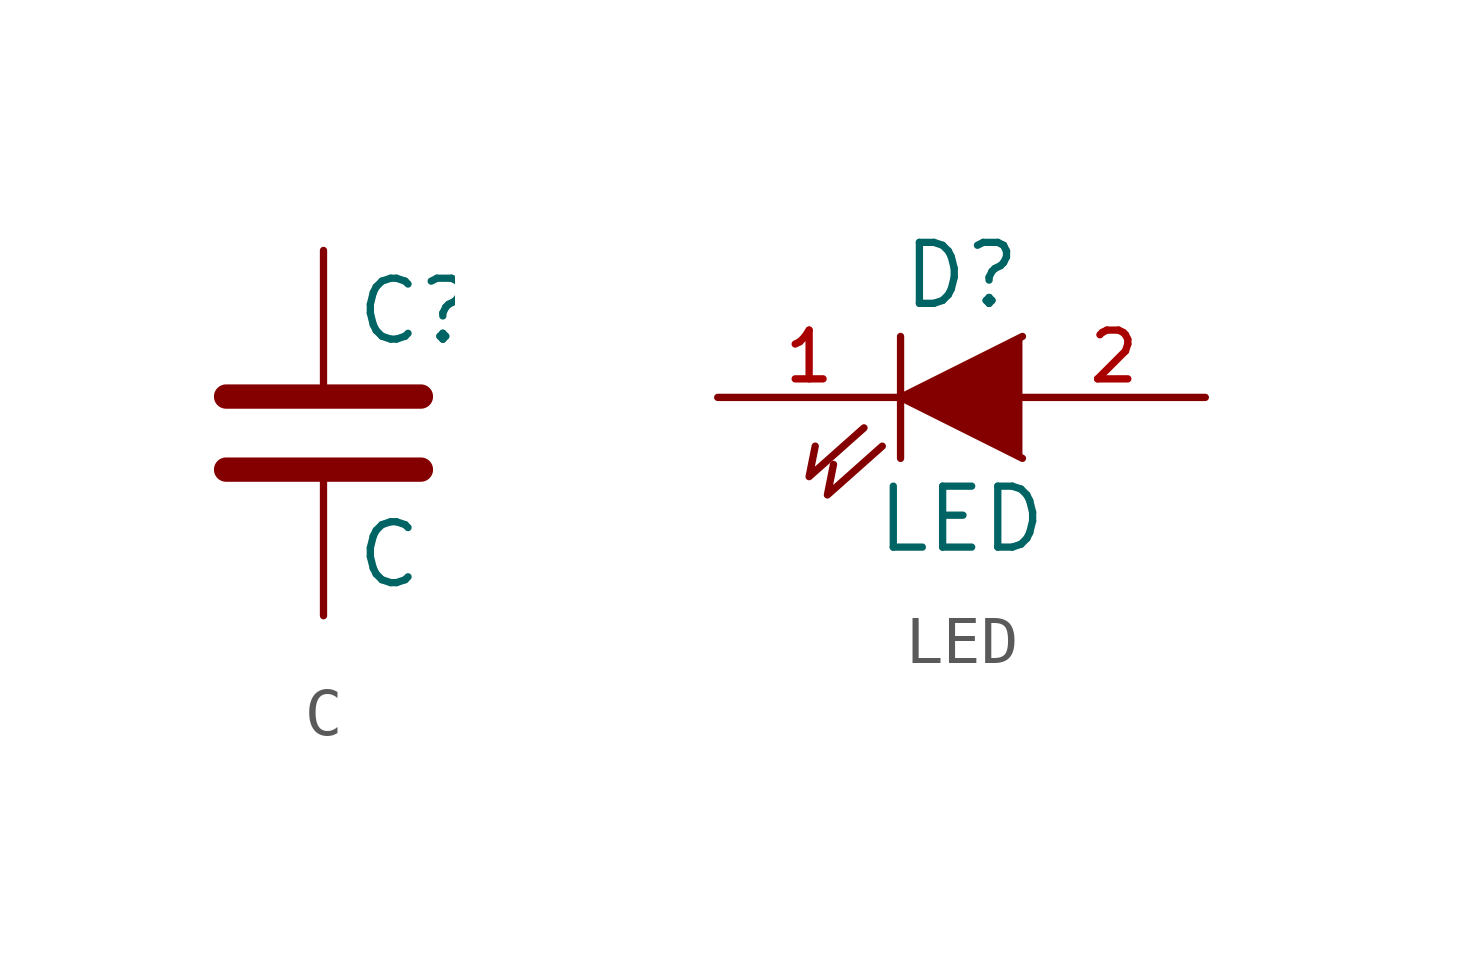
<source format=kicad_sym>
(kicad_symbol_lib
  (version 20220331)
  (generator kicad_symbol_editor)
  (symbol "C"
    (pin_numbers hide)
    (pin_names
      (offset 0.254))
    (property "Reference" "C"
      (at 0.635 2.54 0)
      (effects (font (size 1.27 1.27)) (justify left)))
    (property "Value" "C"
      (at 0.635 -2.54 0)
      (effects (font (size 1.27 1.27)) (justify left)))
    (property "Footprint" ""
      (at 0.965 -3.81 0)
      (effects (font (size 0.762 0.762))))
    (property "Datasheet" ""
      (at 0 0 0)
      (effects (font (size 1.524 1.524))))
    (symbol "C_0_1"
      (polyline (pts (xy -2.032 -0.762) (xy 2.032 -0.762)) (stroke (width 0.508) (type default)) (fill (type none)))
      (polyline (pts (xy -2.032 0.762) (xy 2.032 0.762)) (stroke (width 0.508) (type default)) (fill (type none))))
    (symbol "C_1_1"
      (pin passive line (at 0 3.81 270) (length 2.794) (name "~" (effects (font (size 1.016 1.016)))) (number "1" (effects (font (size 1.016 1.016)))))
      (pin passive line (at 0 -3.81 90) (length 2.794) (name "~" (effects (font (size 1.016 1.016)))) (number "2" (effects (font (size 1.016 1.016)))))))
  (symbol "LED"
    (pin_names
      (offset 1.016) hide)
    (property "Reference" "D"
      (at 0 2.54 0)
      (effects (font (size 1.27 1.27))))
    (property "Value" "LED"
      (at 0 -2.54 0)
      (effects (font (size 1.27 1.27))))
    (property "Footprint" ""
      (at 0 0 0)
      (effects (font (size 1.524 1.524))))
    (property "Datasheet" ""
      (at 0 0 0)
      (effects (font (size 1.524 1.524))))
    (symbol "LED_0_1"
      (polyline (pts (xy -1.27 1.27) (xy -1.27 -1.27)) (stroke (width 0) (type default)) (fill (type none)))
      (polyline (pts (xy -2.032 -0.635) (xy -3.175 -1.651) (xy -3.048 -1.016)) (stroke (width 0) (type default)) (fill (type none)))
      (polyline (pts (xy -1.651 -1.016) (xy -2.794 -2.032) (xy -2.667 -1.397)) (stroke (width 0) (type default)) (fill (type none)))
      (polyline (pts (xy 1.27 1.27) (xy -1.27 0) (xy 1.27 -1.27)) (stroke (width 0) (type default)) (fill (type outline))))
    (symbol "LED_1_1"
      (pin passive line (at -5.08 0 0) (length 3.81) (name "K" (effects (font (size 1.016 1.016)))) (number "1" (effects (font (size 1.016 1.016)))))
      (pin passive line (at 5.08 0 180) (length 3.81) (name "A" (effects (font (size 1.016 1.016)))) (number "2" (effects (font (size 1.016 1.016))))))))
</source>
